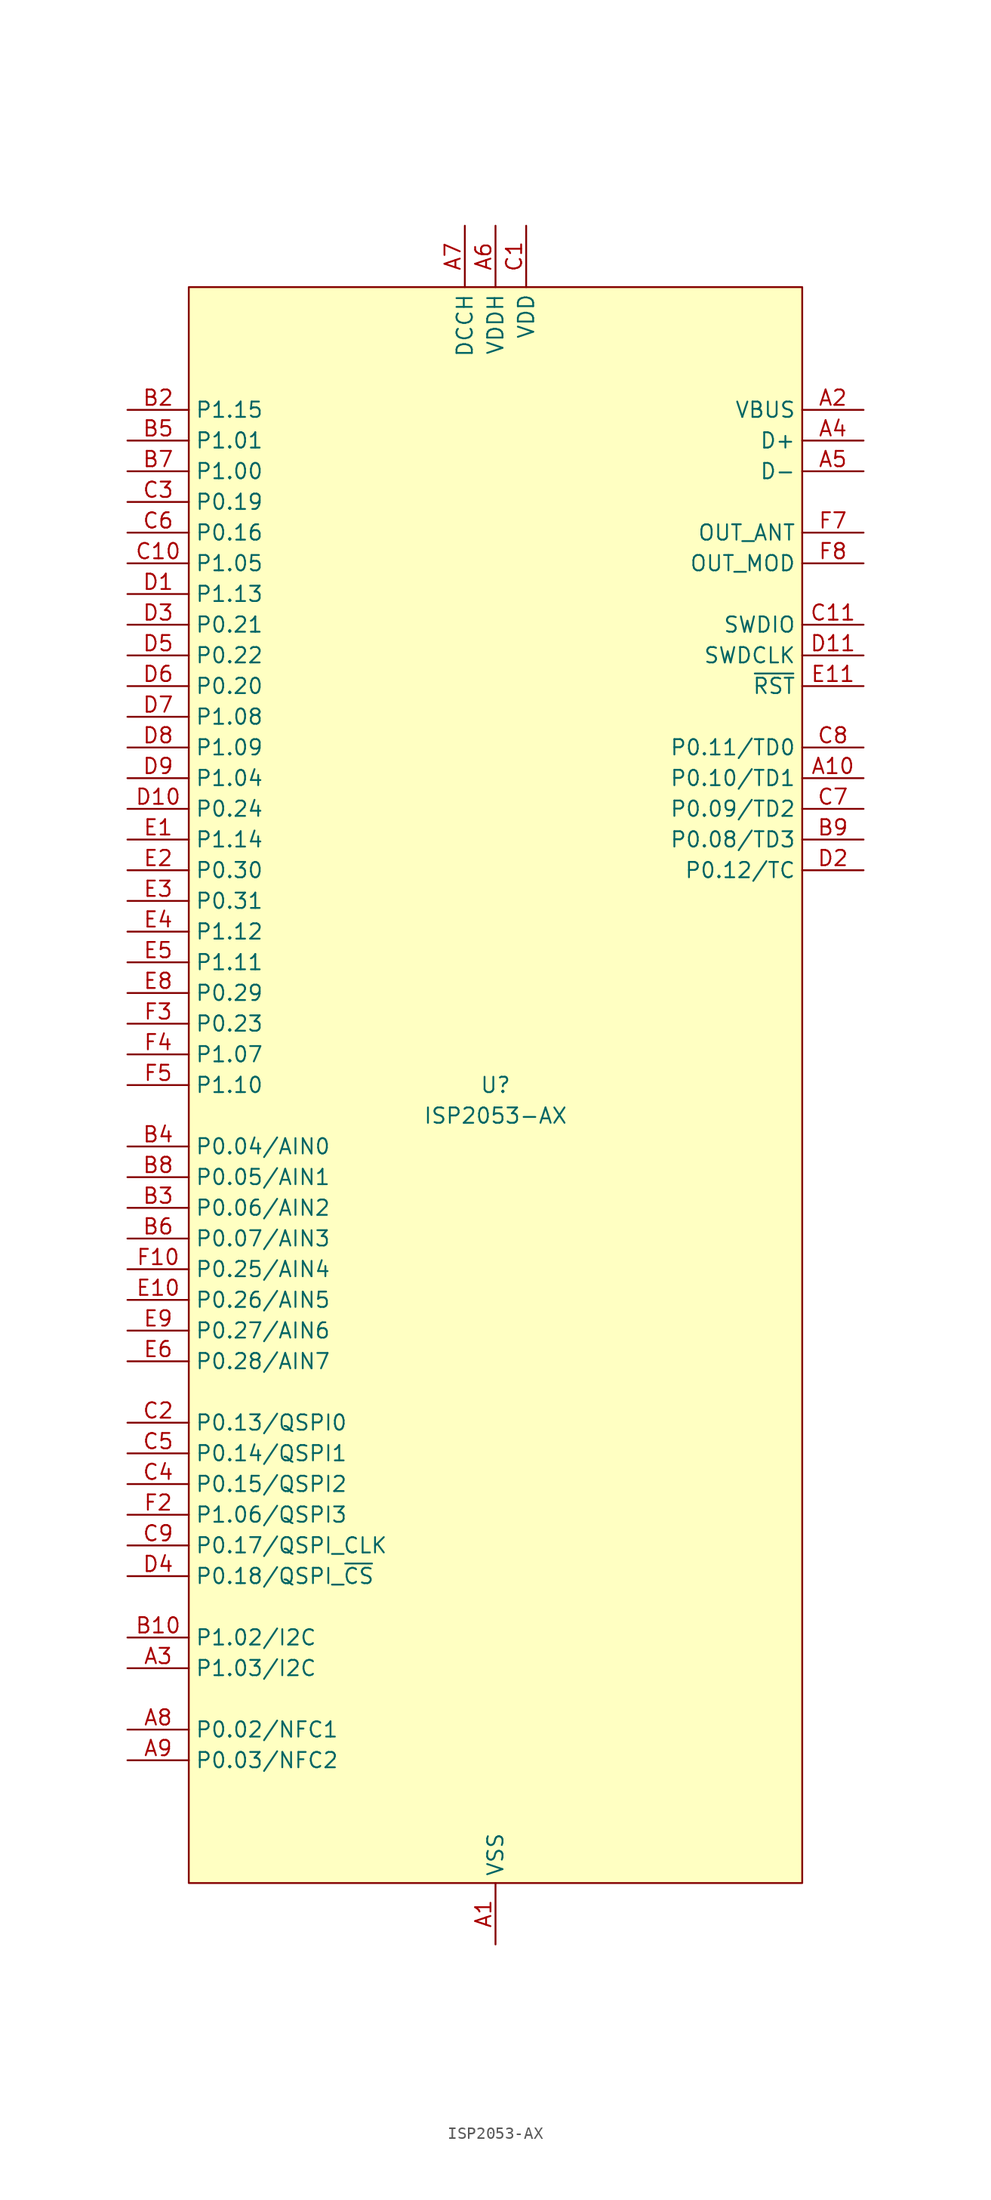
<source format=kicad_sym>
(kicad_symbol_lib
  (version 20220914)
  (generator kicad_symbol_editor)
  (symbol "ISP2053-AX"
    (property "Reference" "U"
      (at 0 0 0)
      (do_not_autoplace)
      (effects (font (size 1.27 1.27))))
    (property "Value" "ISP2053-AX"
      (at 0 -2.54 0)
      (do_not_autoplace)
      (effects (font (size 1.27 1.27))))
    (symbol "ISP2053-AX_0_0"
      (pin unspecified line (at 30.48 55.88 180) (length 5.08) (name "VBUS" (effects (font (size 1.27 1.27)))) (number "A2" (effects (font (size 1.27 1.27)))))
      (pin unspecified line (at -30.48 -48.26 0) (length 5.08) (name "P1.03/I2C" (effects (font (size 1.27 1.27)))) (number "A3" (effects (font (size 1.27 1.27)))))
      (pin unspecified line (at 30.48 53.34 180) (length 5.08) (name "D+" (effects (font (size 1.27 1.27)))) (number "A4" (effects (font (size 1.27 1.27)))))
      (pin unspecified line (at 30.48 50.8 180) (length 5.08) (name "D-" (effects (font (size 1.27 1.27)))) (number "A5" (effects (font (size 1.27 1.27)))))
      (pin unspecified line (at 0 71.12 270) (length 5.08) (name "VDDH" (effects (font (size 1.27 1.27)))) (number "A6" (effects (font (size 1.27 1.27)))))
      (pin unspecified line (at -2.54 71.12 270) (length 5.08) (name "DCCH" (effects (font (size 1.27 1.27)))) (number "A7" (effects (font (size 1.27 1.27)))))
      (pin unspecified line (at -30.48 -53.34 0) (length 5.08) (name "P0.02/NFC1" (effects (font (size 1.27 1.27)))) (number "A8" (effects (font (size 1.27 1.27)))))
      (pin unspecified line (at -30.48 -55.88 0) (length 5.08) (name "P0.03/NFC2" (effects (font (size 1.27 1.27)))) (number "A9" (effects (font (size 1.27 1.27)))))
      (pin unspecified line (at -30.48 -45.72 0) (length 5.08) (name "P1.02/I2C" (effects (font (size 1.27 1.27)))) (number "B10" (effects (font (size 1.27 1.27)))))
      (pin unspecified line (at -30.48 55.88 0) (length 5.08) (name "P1.15" (effects (font (size 1.27 1.27)))) (number "B2" (effects (font (size 1.27 1.27)))))
      (pin unspecified line (at -30.48 -10.16 0) (length 5.08) (name "P0.06/AIN2" (effects (font (size 1.27 1.27)))) (number "B3" (effects (font (size 1.27 1.27)))))
      (pin unspecified line (at -30.48 -5.08 0) (length 5.08) (name "P0.04/AIN0" (effects (font (size 1.27 1.27)))) (number "B4" (effects (font (size 1.27 1.27)))))
      (pin unspecified line (at -30.48 53.34 0) (length 5.08) (name "P1.01" (effects (font (size 1.27 1.27)))) (number "B5" (effects (font (size 1.27 1.27)))))
      (pin unspecified line (at -30.48 -12.7 0) (length 5.08) (name "P0.07/AIN3" (effects (font (size 1.27 1.27)))) (number "B6" (effects (font (size 1.27 1.27)))))
      (pin unspecified line (at -30.48 50.8 0) (length 5.08) (name "P1.00" (effects (font (size 1.27 1.27)))) (number "B7" (effects (font (size 1.27 1.27)))))
      (pin unspecified line (at -30.48 -7.62 0) (length 5.08) (name "P0.05/AIN1" (effects (font (size 1.27 1.27)))) (number "B8" (effects (font (size 1.27 1.27)))))
      (pin unspecified line (at 30.48 20.32 180) (length 5.08) (name "P0.08/TD3" (effects (font (size 1.27 1.27)))) (number "B9" (effects (font (size 1.27 1.27)))))
      (pin unspecified line (at 2.54 71.12 270) (length 5.08) (name "VDD" (effects (font (size 1.27 1.27)))) (number "C1" (effects (font (size 1.27 1.27)))))
      (pin unspecified line (at -30.48 43.18 0) (length 5.08) (name "P1.05" (effects (font (size 1.27 1.27)))) (number "C10" (effects (font (size 1.27 1.27)))))
      (pin unspecified line (at 30.48 38.1 180) (length 5.08) (name "SWDIO" (effects (font (size 1.27 1.27)))) (number "C11" (effects (font (size 1.27 1.27)))))
      (pin unspecified line (at -30.48 -27.94 0) (length 5.08) (name "P0.13/QSPI0" (effects (font (size 1.27 1.27)))) (number "C2" (effects (font (size 1.27 1.27)))))
      (pin unspecified line (at -30.48 48.26 0) (length 5.08) (name "P0.19" (effects (font (size 1.27 1.27)))) (number "C3" (effects (font (size 1.27 1.27)))))
      (pin unspecified line (at -30.48 -33.02 0) (length 5.08) (name "P0.15/QSPI2" (effects (font (size 1.27 1.27)))) (number "C4" (effects (font (size 1.27 1.27)))))
      (pin unspecified line (at -30.48 -30.48 0) (length 5.08) (name "P0.14/QSPI1" (effects (font (size 1.27 1.27)))) (number "C5" (effects (font (size 1.27 1.27)))))
      (pin unspecified line (at -30.48 45.72 0) (length 5.08) (name "P0.16" (effects (font (size 1.27 1.27)))) (number "C6" (effects (font (size 1.27 1.27)))))
      (pin unspecified line (at 30.48 22.86 180) (length 5.08) (name "P0.09/TD2" (effects (font (size 1.27 1.27)))) (number "C7" (effects (font (size 1.27 1.27)))))
      (pin unspecified line (at 30.48 27.94 180) (length 5.08) (name "P0.11/TD0" (effects (font (size 1.27 1.27)))) (number "C8" (effects (font (size 1.27 1.27)))))
      (pin unspecified line (at -30.48 -38.1 0) (length 5.08) (name "P0.17/QSPI_CLK" (effects (font (size 1.27 1.27)))) (number "C9" (effects (font (size 1.27 1.27)))))
      (pin unspecified line (at -30.48 40.64 0) (length 5.08) (name "P1.13" (effects (font (size 1.27 1.27)))) (number "D1" (effects (font (size 1.27 1.27)))))
      (pin unspecified line (at -30.48 22.86 0) (length 5.08) (name "P0.24" (effects (font (size 1.27 1.27)))) (number "D10" (effects (font (size 1.27 1.27)))))
      (pin unspecified line (at 30.48 35.56 180) (length 5.08) (name "SWDCLK" (effects (font (size 1.27 1.27)))) (number "D11" (effects (font (size 1.27 1.27)))))
      (pin unspecified line (at -30.48 38.1 0) (length 5.08) (name "P0.21" (effects (font (size 1.27 1.27)))) (number "D3" (effects (font (size 1.27 1.27)))))
      (pin unspecified line (at -30.48 35.56 0) (length 5.08) (name "P0.22" (effects (font (size 1.27 1.27)))) (number "D5" (effects (font (size 1.27 1.27)))))
      (pin unspecified line (at -30.48 33.02 0) (length 5.08) (name "P0.20" (effects (font (size 1.27 1.27)))) (number "D6" (effects (font (size 1.27 1.27)))))
      (pin unspecified line (at -30.48 30.48 0) (length 5.08) (name "P1.08" (effects (font (size 1.27 1.27)))) (number "D7" (effects (font (size 1.27 1.27)))))
      (pin unspecified line (at -30.48 27.94 0) (length 5.08) (name "P1.09" (effects (font (size 1.27 1.27)))) (number "D8" (effects (font (size 1.27 1.27)))))
      (pin unspecified line (at -30.48 25.4 0) (length 5.08) (name "P1.04" (effects (font (size 1.27 1.27)))) (number "D9" (effects (font (size 1.27 1.27)))))
      (pin unspecified line (at -30.48 20.32 0) (length 5.08) (name "P1.14" (effects (font (size 1.27 1.27)))) (number "E1" (effects (font (size 1.27 1.27)))))
      (pin unspecified line (at -30.48 -17.78 0) (length 5.08) (name "P0.26/AIN5" (effects (font (size 1.27 1.27)))) (number "E10" (effects (font (size 1.27 1.27)))))
      (pin unspecified line (at -30.48 17.78 0) (length 5.08) (name "P0.30" (effects (font (size 1.27 1.27)))) (number "E2" (effects (font (size 1.27 1.27)))))
      (pin unspecified line (at -30.48 15.24 0) (length 5.08) (name "P0.31" (effects (font (size 1.27 1.27)))) (number "E3" (effects (font (size 1.27 1.27)))))
      (pin unspecified line (at -30.48 12.7 0) (length 5.08) (name "P1.12" (effects (font (size 1.27 1.27)))) (number "E4" (effects (font (size 1.27 1.27)))))
      (pin unspecified line (at -30.48 10.16 0) (length 5.08) (name "P1.11" (effects (font (size 1.27 1.27)))) (number "E5" (effects (font (size 1.27 1.27)))))
      (pin unspecified line (at -30.48 -22.86 0) (length 5.08) (name "P0.28/AIN7" (effects (font (size 1.27 1.27)))) (number "E6" (effects (font (size 1.27 1.27)))))
      (pin unspecified line (at -30.48 7.62 0) (length 5.08) (name "P0.29" (effects (font (size 1.27 1.27)))) (number "E8" (effects (font (size 1.27 1.27)))))
      (pin unspecified line (at -30.48 -20.32 0) (length 5.08) (name "P0.27/AIN6" (effects (font (size 1.27 1.27)))) (number "E9" (effects (font (size 1.27 1.27)))))
      (pin unspecified line (at -30.48 -15.24 0) (length 5.08) (name "P0.25/AIN4" (effects (font (size 1.27 1.27)))) (number "F10" (effects (font (size 1.27 1.27)))))
      (pin unspecified line (at -30.48 5.08 0) (length 5.08) (name "P0.23" (effects (font (size 1.27 1.27)))) (number "F3" (effects (font (size 1.27 1.27)))))
      (pin unspecified line (at -30.48 2.54 0) (length 5.08) (name "P1.07" (effects (font (size 1.27 1.27)))) (number "F4" (effects (font (size 1.27 1.27)))))
      (pin unspecified line (at -30.48 0 0) (length 5.08) (name "P1.10" (effects (font (size 1.27 1.27)))) (number "F5" (effects (font (size 1.27 1.27))))))
    (symbol "ISP2053-AX_1_0"
      (pin passive line (at 0 -71.12 90) (length 5.08) (name "VSS" (effects (font (size 1.27 1.27)))) (number "A1" (effects (font (size 1.27 1.27)))))
      (pin unspecified line (at 30.48 25.4 180) (length 5.08) (name "P0.10/TD1" (effects (font (size 1.27 1.27)))) (number "A10" (effects (font (size 1.27 1.27)))))
      (pin passive line (at 0 -71.12 90) (length 5.08) hide (name "VSS" (effects (font (size 1.27 1.27)))) (number "A11" (effects (font (size 1.27 1.27)))))
      (pin unspecified line (at 30.48 17.78 180) (length 5.08) (name "P0.12/TC" (effects (font (size 1.27 1.27)))) (number "D2" (effects (font (size 1.27 1.27)))))
      (pin unspecified line (at -30.48 -40.64 0) (length 5.08) (name "P0.18/QSPI_~{CS}" (effects (font (size 1.27 1.27)))) (number "D4" (effects (font (size 1.27 1.27)))))
      (pin unspecified line (at 30.48 33.02 180) (length 5.08) (name "~{RST}" (effects (font (size 1.27 1.27)))) (number "E11" (effects (font (size 1.27 1.27)))))
      (pin passive line (at 0 -71.12 90) (length 5.08) hide (name "VSS" (effects (font (size 1.27 1.27)))) (number "E7" (effects (font (size 1.27 1.27)))))
      (pin passive line (at 0 -71.12 90) (length 5.08) hide (name "VSS" (effects (font (size 1.27 1.27)))) (number "F1" (effects (font (size 1.27 1.27)))))
      (pin passive line (at 0 -71.12 90) (length 5.08) hide (name "VSS" (effects (font (size 1.27 1.27)))) (number "F11" (effects (font (size 1.27 1.27)))))
      (pin unspecified line (at -30.48 -35.56 0) (length 5.08) (name "P1.06/QSPI3" (effects (font (size 1.27 1.27)))) (number "F2" (effects (font (size 1.27 1.27)))))
      (pin passive line (at 0 -71.12 90) (length 5.08) hide (name "VSS" (effects (font (size 1.27 1.27)))) (number "F6" (effects (font (size 1.27 1.27)))))
      (pin output line (at 30.48 45.72 180) (length 5.08) (name "OUT_ANT" (effects (font (size 1.27 1.27)))) (number "F7" (effects (font (size 1.27 1.27)))))
      (pin input line (at 30.48 43.18 180) (length 5.08) (name "OUT_MOD" (effects (font (size 1.27 1.27)))) (number "F8" (effects (font (size 1.27 1.27)))))
      (pin passive line (at 0 -71.12 90) (length 5.08) hide (name "VSS" (effects (font (size 1.27 1.27)))) (number "F9" (effects (font (size 1.27 1.27)))))
      (pin no_connect line (at -2.54 7.62 0) (length 5.08) hide (name "NC" (effects (font (size 1.27 1.27)))) (number "H1" (effects (font (size 1.27 1.27)))))
      (pin no_connect line (at -2.54 10.16 0) (length 5.08) hide (name "NC" (effects (font (size 1.27 1.27)))) (number "H11" (effects (font (size 1.27 1.27)))))
      (pin no_connect line (at -2.54 12.7 0) (length 5.08) hide (name "NC" (effects (font (size 1.27 1.27)))) (number "K1" (effects (font (size 1.27 1.27)))))
      (pin no_connect line (at -2.54 15.24 0) (length 5.08) hide (name "NC" (effects (font (size 1.27 1.27)))) (number "K11" (effects (font (size 1.27 1.27)))))
      (pin no_connect line (at -2.54 17.78 0) (length 5.08) hide (name "NC" (effects (font (size 1.27 1.27)))) (number "L1" (effects (font (size 1.27 1.27)))))
      (pin no_connect line (at -2.54 20.32 0) (length 5.08) hide (name "NC" (effects (font (size 1.27 1.27)))) (number "L11" (effects (font (size 1.27 1.27)))))
      (pin no_connect line (at -2.54 22.86 0) (length 5.08) hide (name "NC" (effects (font (size 1.27 1.27)))) (number "L3" (effects (font (size 1.27 1.27)))))
      (pin no_connect line (at -2.54 2.54 0) (length 5.08) hide (name "NC" (effects (font (size 1.27 1.27)))) (number "L5" (effects (font (size 1.27 1.27)))))
      (pin no_connect line (at -2.54 25.4 0) (length 5.08) hide (name "NC" (effects (font (size 1.27 1.27)))) (number "L7" (effects (font (size 1.27 1.27)))))
      (pin no_connect line (at -2.54 5.08 0) (length 5.08) hide (name "NC" (effects (font (size 1.27 1.27)))) (number "L9" (effects (font (size 1.27 1.27))))))
    (symbol "ISP2053-AX_1_1"
      (rectangle (start -25.4 66.04) (end 25.4 -66.04) (stroke (width 0) (type default)) (fill (type background))))))
</source>
